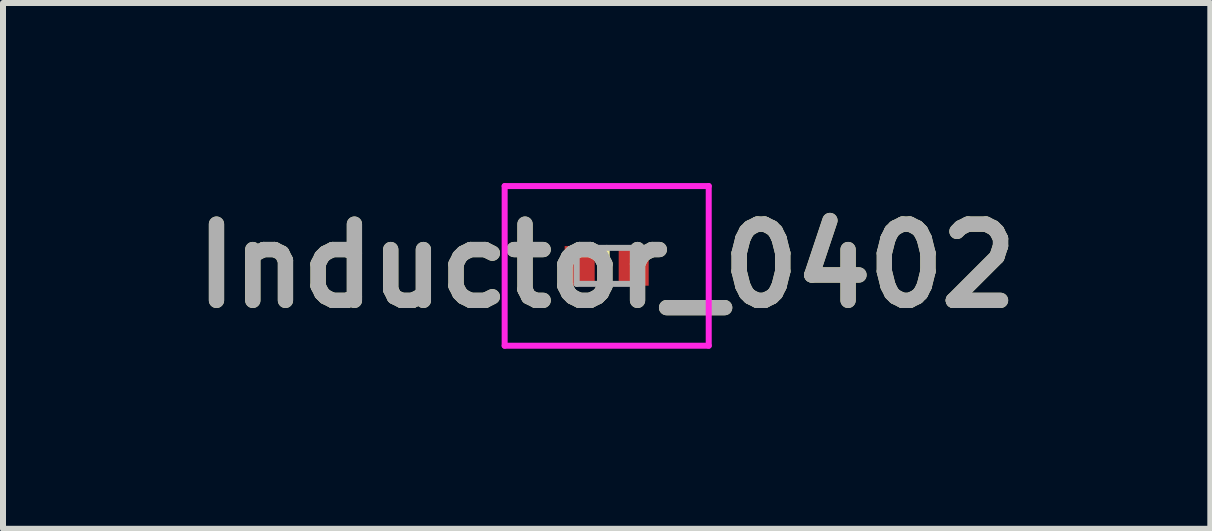
<source format=kicad_pcb>
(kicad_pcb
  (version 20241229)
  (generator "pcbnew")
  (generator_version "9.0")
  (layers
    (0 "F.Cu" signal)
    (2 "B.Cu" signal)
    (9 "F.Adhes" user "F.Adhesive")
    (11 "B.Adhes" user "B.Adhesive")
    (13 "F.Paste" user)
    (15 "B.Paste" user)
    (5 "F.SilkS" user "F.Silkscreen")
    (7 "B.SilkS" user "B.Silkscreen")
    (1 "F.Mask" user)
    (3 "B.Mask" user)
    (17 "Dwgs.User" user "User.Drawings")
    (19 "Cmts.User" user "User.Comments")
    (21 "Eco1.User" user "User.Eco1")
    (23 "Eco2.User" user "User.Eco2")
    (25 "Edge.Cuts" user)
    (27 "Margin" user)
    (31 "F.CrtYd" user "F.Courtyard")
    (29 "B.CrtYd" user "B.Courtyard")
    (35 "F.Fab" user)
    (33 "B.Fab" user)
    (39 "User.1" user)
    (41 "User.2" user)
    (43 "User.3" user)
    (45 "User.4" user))
  (footprint "Inductor_0402"
    (layer "F.Cu")
    (at 7.058 1.38)
    (property "Reference" "Inductor_0402" (at 0 0 0) (layer "F.SilkS") (effects (font (size 1.27 1.27) (thickness 0.254))))
    (attr smd)
    (fp_line (start 0 -0.3) (end 0 0.3) (stroke (width 0.1) (type solid)) (layer "F.SilkS"))
    (fp_line (start -1.7 -1.33) (end 1.7 -1.33) (stroke (width 0.1) (type solid)) (layer "F.CrtYd"))
    (fp_line (start -1.7 1.33) (end -1.7 -1.33) (stroke (width 0.1) (type solid)) (layer "F.CrtYd"))
    (fp_line (start 1.7 -1.33) (end 1.7 1.33) (stroke (width 0.1) (type solid)) (layer "F.CrtYd"))
    (fp_line (start 1.7 1.33) (end -1.7 1.33) (stroke (width 0.1) (type solid)) (layer "F.CrtYd"))
    (fp_line (start -0.5 -0.3) (end 0.5 -0.3) (stroke (width 0.1) (type solid)) (layer "F.Fab"))
    (fp_line (start -0.5 0.3) (end -0.5 -0.3) (stroke (width 0.1) (type solid)) (layer "F.Fab"))
    (fp_line (start 0.5 -0.3) (end 0.5 0.3) (stroke (width 0.1) (type solid)) (layer "F.Fab"))
    (fp_line (start 0.5 0.3) (end -0.5 0.3) (stroke (width 0.1) (type solid)) (layer "F.Fab"))
    (fp_text user "${REFERENCE}" (at 0 0 0) (layer "F.Fab") (effects (font (size 1.27 1.27) (thickness 0.254))))
    (pad "1" smd rect (at -0.45 0) (size 0.5 0.66) (layers "F.Cu" "F.Mask" "F.Paste"))
    (pad "2" smd rect (at 0.45 0) (size 0.5 0.66) (layers "F.Cu" "F.Mask" "F.Paste")))
  (gr_rect
    (start -3 -3)
    (end 17.115 5.76)
    (stroke (width 0.1) (type default))
    (fill no)
    (layer "Edge.Cuts")))
</source>
